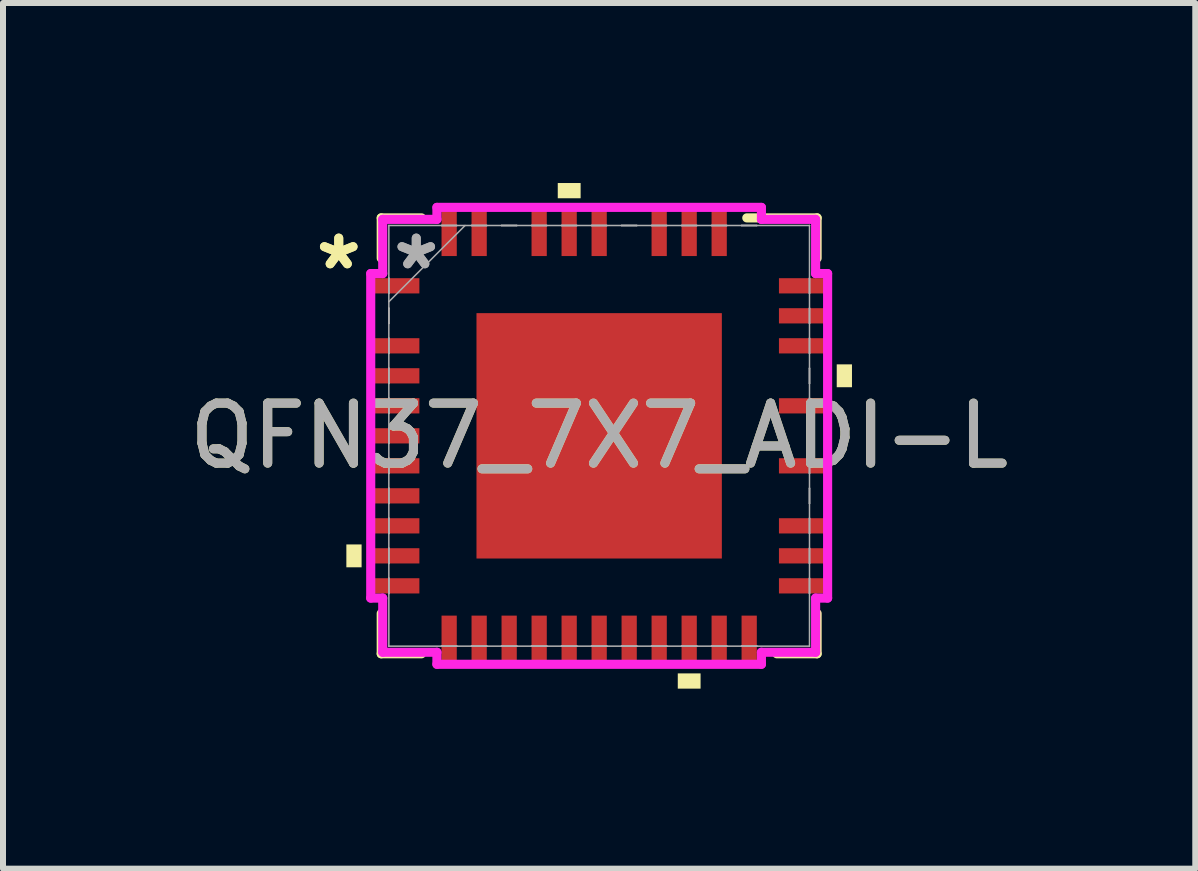
<source format=kicad_pcb>
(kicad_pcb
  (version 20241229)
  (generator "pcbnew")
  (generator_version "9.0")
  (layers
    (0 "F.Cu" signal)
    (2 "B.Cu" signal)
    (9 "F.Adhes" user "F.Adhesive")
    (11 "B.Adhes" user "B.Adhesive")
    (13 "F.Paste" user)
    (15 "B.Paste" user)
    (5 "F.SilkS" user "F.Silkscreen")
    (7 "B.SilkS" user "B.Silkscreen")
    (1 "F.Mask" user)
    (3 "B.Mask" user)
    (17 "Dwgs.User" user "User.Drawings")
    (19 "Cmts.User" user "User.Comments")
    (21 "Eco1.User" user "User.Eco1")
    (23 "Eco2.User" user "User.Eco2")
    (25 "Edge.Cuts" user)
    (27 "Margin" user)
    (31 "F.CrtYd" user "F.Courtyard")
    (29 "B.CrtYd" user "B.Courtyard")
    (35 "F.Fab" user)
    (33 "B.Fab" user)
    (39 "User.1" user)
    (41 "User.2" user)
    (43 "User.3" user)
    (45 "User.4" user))
  (footprint "QFN37_7X7_ADI-L"
    (layer "F.Cu")
    (at 6.935 4.213)
    (property "Reference" "QFN37_7X7_ADI-L" (at 0 0 0) (unlocked yes) (layer "F.SilkS") (effects (font (size 1 1) (thickness 0.15))))
    (attr smd)
    (fp_line (start -3.632 -3.632) (end -3.632 -2.96) (stroke (width 0.152) (type solid)) (layer "F.SilkS"))
    (fp_line (start -3.632 2.96) (end -3.632 3.632) (stroke (width 0.152) (type solid)) (layer "F.SilkS"))
    (fp_line (start -3.632 3.632) (end -2.96 3.632) (stroke (width 0.152) (type solid)) (layer "F.SilkS"))
    (fp_line (start -2.96 -3.632) (end -3.632 -3.632) (stroke (width 0.152) (type solid)) (layer "F.SilkS"))
    (fp_line (start 2.96 3.632) (end 3.632 3.632) (stroke (width 0.152) (type solid)) (layer "F.SilkS"))
    (fp_line (start 3.632 -3.632) (end 2.46 -3.632) (stroke (width 0.152) (type solid)) (layer "F.SilkS"))
    (fp_line (start 3.632 -2.96) (end 3.632 -3.632) (stroke (width 0.152) (type solid)) (layer "F.SilkS"))
    (fp_line (start 3.632 3.632) (end 3.632 2.96) (stroke (width 0.152) (type solid)) (layer "F.SilkS"))
    (fp_poly (pts (xy -4.213 1.81) (xy -4.213 2.191) (xy -3.959 2.191) (xy -3.959 1.81)) (stroke (width 0) (type solid)) (fill yes) (layer "F.SilkS"))
    (fp_poly (pts (xy -0.69 -3.959) (xy -0.69 -4.213) (xy -0.309 -4.213) (xy -0.309 -3.959)) (stroke (width 0) (type solid)) (fill yes) (layer "F.SilkS"))
    (fp_poly (pts (xy 1.31 3.959) (xy 1.31 4.213) (xy 1.69 4.213) (xy 1.69 3.959)) (stroke (width 0) (type solid)) (fill yes) (layer "F.SilkS"))
    (fp_poly (pts (xy 4.213 -1.191) (xy 4.213 -0.81) (xy 3.959 -0.81) (xy 3.959 -1.191)) (stroke (width 0) (type solid)) (fill yes) (layer "F.SilkS"))
    (fp_poly (pts (xy -1.945 -1.945) (xy -1.945 -0.782) (xy -0.782 -0.782) (xy -0.782 -1.945)) (stroke (width 0) (type solid)) (fill yes) (layer "F.Paste"))
    (fp_poly (pts (xy -1.945 -0.582) (xy -1.945 0.582) (xy -0.782 0.582) (xy -0.782 -0.582)) (stroke (width 0) (type solid)) (fill yes) (layer "F.Paste"))
    (fp_poly (pts (xy -1.945 0.782) (xy -1.945 1.945) (xy -0.782 1.945) (xy -0.782 0.782)) (stroke (width 0) (type solid)) (fill yes) (layer "F.Paste"))
    (fp_poly (pts (xy -0.582 -1.945) (xy -0.582 -0.782) (xy 0.582 -0.782) (xy 0.582 -1.945)) (stroke (width 0) (type solid)) (fill yes) (layer "F.Paste"))
    (fp_poly (pts (xy -0.582 -0.582) (xy -0.582 0.582) (xy 0.582 0.582) (xy 0.582 -0.582)) (stroke (width 0) (type solid)) (fill yes) (layer "F.Paste"))
    (fp_poly (pts (xy -0.582 0.782) (xy -0.582 1.945) (xy 0.582 1.945) (xy 0.582 0.782)) (stroke (width 0) (type solid)) (fill yes) (layer "F.Paste"))
    (fp_poly (pts (xy 0.782 -1.945) (xy 0.782 -0.782) (xy 1.945 -0.782) (xy 1.945 -1.945)) (stroke (width 0) (type solid)) (fill yes) (layer "F.Paste"))
    (fp_poly (pts (xy 0.782 -0.582) (xy 0.782 0.582) (xy 1.945 0.582) (xy 1.945 -0.582)) (stroke (width 0) (type solid)) (fill yes) (layer "F.Paste"))
    (fp_poly (pts (xy 0.782 0.782) (xy 0.782 1.945) (xy 1.945 1.945) (xy 1.945 0.782)) (stroke (width 0) (type solid)) (fill yes) (layer "F.Paste"))
    (fp_line (start -3.807 -2.704) (end -3.607 -2.704) (stroke (width 0.152) (type solid)) (layer "F.CrtYd"))
    (fp_line (start -3.807 2.704) (end -3.807 -2.704) (stroke (width 0.152) (type solid)) (layer "F.CrtYd"))
    (fp_line (start -3.607 -3.607) (end -2.704 -3.607) (stroke (width 0.152) (type solid)) (layer "F.CrtYd"))
    (fp_line (start -3.607 -2.704) (end -3.607 -3.607) (stroke (width 0.152) (type solid)) (layer "F.CrtYd"))
    (fp_line (start -3.607 2.704) (end -3.807 2.704) (stroke (width 0.152) (type solid)) (layer "F.CrtYd"))
    (fp_line (start -3.607 3.607) (end -3.607 2.704) (stroke (width 0.152) (type solid)) (layer "F.CrtYd"))
    (fp_line (start -2.704 -3.807) (end 2.704 -3.807) (stroke (width 0.152) (type solid)) (layer "F.CrtYd"))
    (fp_line (start -2.704 -3.607) (end -2.704 -3.807) (stroke (width 0.152) (type solid)) (layer "F.CrtYd"))
    (fp_line (start -2.704 3.607) (end -3.607 3.607) (stroke (width 0.152) (type solid)) (layer "F.CrtYd"))
    (fp_line (start -2.704 3.807) (end -2.704 3.607) (stroke (width 0.152) (type solid)) (layer "F.CrtYd"))
    (fp_line (start 2.704 -3.807) (end 2.704 -3.607) (stroke (width 0.152) (type solid)) (layer "F.CrtYd"))
    (fp_line (start 2.704 -3.607) (end 3.607 -3.607) (stroke (width 0.152) (type solid)) (layer "F.CrtYd"))
    (fp_line (start 2.704 3.607) (end 2.704 3.807) (stroke (width 0.152) (type solid)) (layer "F.CrtYd"))
    (fp_line (start 2.704 3.807) (end -2.704 3.807) (stroke (width 0.152) (type solid)) (layer "F.CrtYd"))
    (fp_line (start 3.607 -3.607) (end 3.607 -2.704) (stroke (width 0.152) (type solid)) (layer "F.CrtYd"))
    (fp_line (start 3.607 -2.704) (end 3.807 -2.704) (stroke (width 0.152) (type solid)) (layer "F.CrtYd"))
    (fp_line (start 3.607 2.704) (end 3.607 3.607) (stroke (width 0.152) (type solid)) (layer "F.CrtYd"))
    (fp_line (start 3.607 3.607) (end 2.704 3.607) (stroke (width 0.152) (type solid)) (layer "F.CrtYd"))
    (fp_line (start 3.807 -2.704) (end 3.807 2.704) (stroke (width 0.152) (type solid)) (layer "F.CrtYd"))
    (fp_line (start 3.807 2.704) (end 3.607 2.704) (stroke (width 0.152) (type solid)) (layer "F.CrtYd"))
    (fp_line (start -3.505 -3.505) (end -3.505 -3.505) (stroke (width 0.025) (type solid)) (layer "F.Fab"))
    (fp_line (start -3.505 -3.505) (end -3.505 3.505) (stroke (width 0.025) (type solid)) (layer "F.Fab"))
    (fp_line (start -3.505 -2.627) (end -3.505 -2.627) (stroke (width 0.025) (type solid)) (layer "F.Fab"))
    (fp_line (start -3.505 -2.627) (end -3.505 -2.373) (stroke (width 0.025) (type solid)) (layer "F.Fab"))
    (fp_line (start -3.505 -2.373) (end -3.505 -2.627) (stroke (width 0.025) (type solid)) (layer "F.Fab"))
    (fp_line (start -3.505 -2.373) (end -3.505 -2.373) (stroke (width 0.025) (type solid)) (layer "F.Fab"))
    (fp_line (start -3.505 -2.235) (end -2.235 -3.505) (stroke (width 0.025) (type solid)) (layer "F.Fab"))
    (fp_line (start -3.505 -2.127) (end -3.505 -2.127) (stroke (width 0.025) (type solid)) (layer "F.Fab"))
    (fp_line (start -3.505 -2.127) (end -3.505 -1.873) (stroke (width 0.025) (type solid)) (layer "F.Fab"))
    (fp_line (start -3.505 -1.873) (end -3.505 -2.127) (stroke (width 0.025) (type solid)) (layer "F.Fab"))
    (fp_line (start -3.505 -1.873) (end -3.505 -1.873) (stroke (width 0.025) (type solid)) (layer "F.Fab"))
    (fp_line (start -3.505 -1.627) (end -3.505 -1.627) (stroke (width 0.025) (type solid)) (layer "F.Fab"))
    (fp_line (start -3.505 -1.627) (end -3.505 -1.373) (stroke (width 0.025) (type solid)) (layer "F.Fab"))
    (fp_line (start -3.505 -1.373) (end -3.505 -1.627) (stroke (width 0.025) (type solid)) (layer "F.Fab"))
    (fp_line (start -3.505 -1.373) (end -3.505 -1.373) (stroke (width 0.025) (type solid)) (layer "F.Fab"))
    (fp_line (start -3.505 -1.127) (end -3.505 -1.127) (stroke (width 0.025) (type solid)) (layer "F.Fab"))
    (fp_line (start -3.505 -1.127) (end -3.505 -0.873) (stroke (width 0.025) (type solid)) (layer "F.Fab"))
    (fp_line (start -3.505 -0.873) (end -3.505 -1.127) (stroke (width 0.025) (type solid)) (layer "F.Fab"))
    (fp_line (start -3.505 -0.873) (end -3.505 -0.873) (stroke (width 0.025) (type solid)) (layer "F.Fab"))
    (fp_line (start -3.505 -0.627) (end -3.505 -0.627) (stroke (width 0.025) (type solid)) (layer "F.Fab"))
    (fp_line (start -3.505 -0.627) (end -3.505 -0.373) (stroke (width 0.025) (type solid)) (layer "F.Fab"))
    (fp_line (start -3.505 -0.373) (end -3.505 -0.627) (stroke (width 0.025) (type solid)) (layer "F.Fab"))
    (fp_line (start -3.505 -0.373) (end -3.505 -0.373) (stroke (width 0.025) (type solid)) (layer "F.Fab"))
    (fp_line (start -3.505 -0.127) (end -3.505 -0.127) (stroke (width 0.025) (type solid)) (layer "F.Fab"))
    (fp_line (start -3.505 -0.127) (end -3.505 0.127) (stroke (width 0.025) (type solid)) (layer "F.Fab"))
    (fp_line (start -3.505 0.127) (end -3.505 -0.127) (stroke (width 0.025) (type solid)) (layer "F.Fab"))
    (fp_line (start -3.505 0.127) (end -3.505 0.127) (stroke (width 0.025) (type solid)) (layer "F.Fab"))
    (fp_line (start -3.505 0.373) (end -3.505 0.373) (stroke (width 0.025) (type solid)) (layer "F.Fab"))
    (fp_line (start -3.505 0.373) (end -3.505 0.627) (stroke (width 0.025) (type solid)) (layer "F.Fab"))
    (fp_line (start -3.505 0.627) (end -3.505 0.373) (stroke (width 0.025) (type solid)) (layer "F.Fab"))
    (fp_line (start -3.505 0.627) (end -3.505 0.627) (stroke (width 0.025) (type solid)) (layer "F.Fab"))
    (fp_line (start -3.505 0.873) (end -3.505 0.873) (stroke (width 0.025) (type solid)) (layer "F.Fab"))
    (fp_line (start -3.505 0.873) (end -3.505 1.127) (stroke (width 0.025) (type solid)) (layer "F.Fab"))
    (fp_line (start -3.505 1.127) (end -3.505 0.873) (stroke (width 0.025) (type solid)) (layer "F.Fab"))
    (fp_line (start -3.505 1.127) (end -3.505 1.127) (stroke (width 0.025) (type solid)) (layer "F.Fab"))
    (fp_line (start -3.505 1.373) (end -3.505 1.373) (stroke (width 0.025) (type solid)) (layer "F.Fab"))
    (fp_line (start -3.505 1.373) (end -3.505 1.627) (stroke (width 0.025) (type solid)) (layer "F.Fab"))
    (fp_line (start -3.505 1.627) (end -3.505 1.373) (stroke (width 0.025) (type solid)) (layer "F.Fab"))
    (fp_line (start -3.505 1.627) (end -3.505 1.627) (stroke (width 0.025) (type solid)) (layer "F.Fab"))
    (fp_line (start -3.505 1.873) (end -3.505 1.873) (stroke (width 0.025) (type solid)) (layer "F.Fab"))
    (fp_line (start -3.505 1.873) (end -3.505 2.127) (stroke (width 0.025) (type solid)) (layer "F.Fab"))
    (fp_line (start -3.505 2.127) (end -3.505 1.873) (stroke (width 0.025) (type solid)) (layer "F.Fab"))
    (fp_line (start -3.505 2.127) (end -3.505 2.127) (stroke (width 0.025) (type solid)) (layer "F.Fab"))
    (fp_line (start -3.505 2.373) (end -3.505 2.373) (stroke (width 0.025) (type solid)) (layer "F.Fab"))
    (fp_line (start -3.505 2.373) (end -3.505 2.627) (stroke (width 0.025) (type solid)) (layer "F.Fab"))
    (fp_line (start -3.505 2.627) (end -3.505 2.373) (stroke (width 0.025) (type solid)) (layer "F.Fab"))
    (fp_line (start -3.505 2.627) (end -3.505 2.627) (stroke (width 0.025) (type solid)) (layer "F.Fab"))
    (fp_line (start -3.505 3.505) (end -3.505 3.505) (stroke (width 0.025) (type solid)) (layer "F.Fab"))
    (fp_line (start -3.505 3.505) (end 3.505 3.505) (stroke (width 0.025) (type solid)) (layer "F.Fab"))
    (fp_line (start -2.627 -3.505) (end -2.627 -3.505) (stroke (width 0.025) (type solid)) (layer "F.Fab"))
    (fp_line (start -2.627 -3.505) (end -2.373 -3.505) (stroke (width 0.025) (type solid)) (layer "F.Fab"))
    (fp_line (start -2.627 3.505) (end -2.627 3.505) (stroke (width 0.025) (type solid)) (layer "F.Fab"))
    (fp_line (start -2.627 3.505) (end -2.373 3.505) (stroke (width 0.025) (type solid)) (layer "F.Fab"))
    (fp_line (start -2.373 -3.505) (end -2.627 -3.505) (stroke (width 0.025) (type solid)) (layer "F.Fab"))
    (fp_line (start -2.373 -3.505) (end -2.373 -3.505) (stroke (width 0.025) (type solid)) (layer "F.Fab"))
    (fp_line (start -2.373 3.505) (end -2.627 3.505) (stroke (width 0.025) (type solid)) (layer "F.Fab"))
    (fp_line (start -2.373 3.505) (end -2.373 3.505) (stroke (width 0.025) (type solid)) (layer "F.Fab"))
    (fp_line (start -2.127 -3.505) (end -2.127 -3.505) (stroke (width 0.025) (type solid)) (layer "F.Fab"))
    (fp_line (start -2.127 -3.505) (end -1.873 -3.505) (stroke (width 0.025) (type solid)) (layer "F.Fab"))
    (fp_line (start -2.127 3.505) (end -2.127 3.505) (stroke (width 0.025) (type solid)) (layer "F.Fab"))
    (fp_line (start -2.127 3.505) (end -1.873 3.505) (stroke (width 0.025) (type solid)) (layer "F.Fab"))
    (fp_line (start -1.873 -3.505) (end -2.127 -3.505) (stroke (width 0.025) (type solid)) (layer "F.Fab"))
    (fp_line (start -1.873 -3.505) (end -1.873 -3.505) (stroke (width 0.025) (type solid)) (layer "F.Fab"))
    (fp_line (start -1.873 3.505) (end -2.127 3.505) (stroke (width 0.025) (type solid)) (layer "F.Fab"))
    (fp_line (start -1.873 3.505) (end -1.873 3.505) (stroke (width 0.025) (type solid)) (layer "F.Fab"))
    (fp_line (start -1.627 -3.505) (end -1.627 -3.505) (stroke (width 0.025) (type solid)) (layer "F.Fab"))
    (fp_line (start -1.627 -3.505) (end -1.373 -3.505) (stroke (width 0.025) (type solid)) (layer "F.Fab"))
    (fp_line (start -1.627 3.505) (end -1.627 3.505) (stroke (width 0.025) (type solid)) (layer "F.Fab"))
    (fp_line (start -1.627 3.505) (end -1.373 3.505) (stroke (width 0.025) (type solid)) (layer "F.Fab"))
    (fp_line (start -1.373 -3.505) (end -1.627 -3.505) (stroke (width 0.025) (type solid)) (layer "F.Fab"))
    (fp_line (start -1.373 -3.505) (end -1.373 -3.505) (stroke (width 0.025) (type solid)) (layer "F.Fab"))
    (fp_line (start -1.373 3.505) (end -1.627 3.505) (stroke (width 0.025) (type solid)) (layer "F.Fab"))
    (fp_line (start -1.373 3.505) (end -1.373 3.505) (stroke (width 0.025) (type solid)) (layer "F.Fab"))
    (fp_line (start -1.127 -3.505) (end -1.127 -3.505) (stroke (width 0.025) (type solid)) (layer "F.Fab"))
    (fp_line (start -1.127 -3.505) (end -0.873 -3.505) (stroke (width 0.025) (type solid)) (layer "F.Fab"))
    (fp_line (start -1.127 3.505) (end -1.127 3.505) (stroke (width 0.025) (type solid)) (layer "F.Fab"))
    (fp_line (start -1.127 3.505) (end -0.873 3.505) (stroke (width 0.025) (type solid)) (layer "F.Fab"))
    (fp_line (start -0.873 -3.505) (end -1.127 -3.505) (stroke (width 0.025) (type solid)) (layer "F.Fab"))
    (fp_line (start -0.873 -3.505) (end -0.873 -3.505) (stroke (width 0.025) (type solid)) (layer "F.Fab"))
    (fp_line (start -0.873 3.505) (end -1.127 3.505) (stroke (width 0.025) (type solid)) (layer "F.Fab"))
    (fp_line (start -0.873 3.505) (end -0.873 3.505) (stroke (width 0.025) (type solid)) (layer "F.Fab"))
    (fp_line (start -0.627 -3.505) (end -0.627 -3.505) (stroke (width 0.025) (type solid)) (layer "F.Fab"))
    (fp_line (start -0.627 -3.505) (end -0.373 -3.505) (stroke (width 0.025) (type solid)) (layer "F.Fab"))
    (fp_line (start -0.627 3.505) (end -0.627 3.505) (stroke (width 0.025) (type solid)) (layer "F.Fab"))
    (fp_line (start -0.627 3.505) (end -0.373 3.505) (stroke (width 0.025) (type solid)) (layer "F.Fab"))
    (fp_line (start -0.373 -3.505) (end -0.627 -3.505) (stroke (width 0.025) (type solid)) (layer "F.Fab"))
    (fp_line (start -0.373 -3.505) (end -0.373 -3.505) (stroke (width 0.025) (type solid)) (layer "F.Fab"))
    (fp_line (start -0.373 3.505) (end -0.627 3.505) (stroke (width 0.025) (type solid)) (layer "F.Fab"))
    (fp_line (start -0.373 3.505) (end -0.373 3.505) (stroke (width 0.025) (type solid)) (layer "F.Fab"))
    (fp_line (start -0.127 -3.505) (end -0.127 -3.505) (stroke (width 0.025) (type solid)) (layer "F.Fab"))
    (fp_line (start -0.127 -3.505) (end 0.127 -3.505) (stroke (width 0.025) (type solid)) (layer "F.Fab"))
    (fp_line (start -0.127 3.505) (end -0.127 3.505) (stroke (width 0.025) (type solid)) (layer "F.Fab"))
    (fp_line (start -0.127 3.505) (end 0.127 3.505) (stroke (width 0.025) (type solid)) (layer "F.Fab"))
    (fp_line (start 0.127 -3.505) (end -0.127 -3.505) (stroke (width 0.025) (type solid)) (layer "F.Fab"))
    (fp_line (start 0.127 -3.505) (end 0.127 -3.505) (stroke (width 0.025) (type solid)) (layer "F.Fab"))
    (fp_line (start 0.127 3.505) (end -0.127 3.505) (stroke (width 0.025) (type solid)) (layer "F.Fab"))
    (fp_line (start 0.127 3.505) (end 0.127 3.505) (stroke (width 0.025) (type solid)) (layer "F.Fab"))
    (fp_line (start 0.373 -3.505) (end 0.373 -3.505) (stroke (width 0.025) (type solid)) (layer "F.Fab"))
    (fp_line (start 0.373 -3.505) (end 0.627 -3.505) (stroke (width 0.025) (type solid)) (layer "F.Fab"))
    (fp_line (start 0.373 3.505) (end 0.373 3.505) (stroke (width 0.025) (type solid)) (layer "F.Fab"))
    (fp_line (start 0.373 3.505) (end 0.627 3.505) (stroke (width 0.025) (type solid)) (layer "F.Fab"))
    (fp_line (start 0.627 -3.505) (end 0.373 -3.505) (stroke (width 0.025) (type solid)) (layer "F.Fab"))
    (fp_line (start 0.627 -3.505) (end 0.627 -3.505) (stroke (width 0.025) (type solid)) (layer "F.Fab"))
    (fp_line (start 0.627 3.505) (end 0.373 3.505) (stroke (width 0.025) (type solid)) (layer "F.Fab"))
    (fp_line (start 0.627 3.505) (end 0.627 3.505) (stroke (width 0.025) (type solid)) (layer "F.Fab"))
    (fp_line (start 0.873 -3.505) (end 0.873 -3.505) (stroke (width 0.025) (type solid)) (layer "F.Fab"))
    (fp_line (start 0.873 -3.505) (end 1.127 -3.505) (stroke (width 0.025) (type solid)) (layer "F.Fab"))
    (fp_line (start 0.873 3.505) (end 0.873 3.505) (stroke (width 0.025) (type solid)) (layer "F.Fab"))
    (fp_line (start 0.873 3.505) (end 1.127 3.505) (stroke (width 0.025) (type solid)) (layer "F.Fab"))
    (fp_line (start 1.127 -3.505) (end 0.873 -3.505) (stroke (width 0.025) (type solid)) (layer "F.Fab"))
    (fp_line (start 1.127 -3.505) (end 1.127 -3.505) (stroke (width 0.025) (type solid)) (layer "F.Fab"))
    (fp_line (start 1.127 3.505) (end 0.873 3.505) (stroke (width 0.025) (type solid)) (layer "F.Fab"))
    (fp_line (start 1.127 3.505) (end 1.127 3.505) (stroke (width 0.025) (type solid)) (layer "F.Fab"))
    (fp_line (start 1.373 -3.505) (end 1.373 -3.505) (stroke (width 0.025) (type solid)) (layer "F.Fab"))
    (fp_line (start 1.373 -3.505) (end 1.627 -3.505) (stroke (width 0.025) (type solid)) (layer "F.Fab"))
    (fp_line (start 1.373 3.505) (end 1.373 3.505) (stroke (width 0.025) (type solid)) (layer "F.Fab"))
    (fp_line (start 1.373 3.505) (end 1.627 3.505) (stroke (width 0.025) (type solid)) (layer "F.Fab"))
    (fp_line (start 1.627 -3.505) (end 1.373 -3.505) (stroke (width 0.025) (type solid)) (layer "F.Fab"))
    (fp_line (start 1.627 -3.505) (end 1.627 -3.505) (stroke (width 0.025) (type solid)) (layer "F.Fab"))
    (fp_line (start 1.627 3.505) (end 1.373 3.505) (stroke (width 0.025) (type solid)) (layer "F.Fab"))
    (fp_line (start 1.627 3.505) (end 1.627 3.505) (stroke (width 0.025) (type solid)) (layer "F.Fab"))
    (fp_line (start 1.873 -3.505) (end 1.873 -3.505) (stroke (width 0.025) (type solid)) (layer "F.Fab"))
    (fp_line (start 1.873 -3.505) (end 2.127 -3.505) (stroke (width 0.025) (type solid)) (layer "F.Fab"))
    (fp_line (start 1.873 3.505) (end 1.873 3.505) (stroke (width 0.025) (type solid)) (layer "F.Fab"))
    (fp_line (start 1.873 3.505) (end 2.127 3.505) (stroke (width 0.025) (type solid)) (layer "F.Fab"))
    (fp_line (start 2.127 -3.505) (end 1.873 -3.505) (stroke (width 0.025) (type solid)) (layer "F.Fab"))
    (fp_line (start 2.127 -3.505) (end 2.127 -3.505) (stroke (width 0.025) (type solid)) (layer "F.Fab"))
    (fp_line (start 2.127 3.505) (end 1.873 3.505) (stroke (width 0.025) (type solid)) (layer "F.Fab"))
    (fp_line (start 2.127 3.505) (end 2.127 3.505) (stroke (width 0.025) (type solid)) (layer "F.Fab"))
    (fp_line (start 2.373 -3.505) (end 2.373 -3.505) (stroke (width 0.025) (type solid)) (layer "F.Fab"))
    (fp_line (start 2.373 -3.505) (end 2.627 -3.505) (stroke (width 0.025) (type solid)) (layer "F.Fab"))
    (fp_line (start 2.373 3.505) (end 2.373 3.505) (stroke (width 0.025) (type solid)) (layer "F.Fab"))
    (fp_line (start 2.373 3.505) (end 2.627 3.505) (stroke (width 0.025) (type solid)) (layer "F.Fab"))
    (fp_line (start 2.627 -3.505) (end 2.373 -3.505) (stroke (width 0.025) (type solid)) (layer "F.Fab"))
    (fp_line (start 2.627 -3.505) (end 2.627 -3.505) (stroke (width 0.025) (type solid)) (layer "F.Fab"))
    (fp_line (start 2.627 3.505) (end 2.373 3.505) (stroke (width 0.025) (type solid)) (layer "F.Fab"))
    (fp_line (start 2.627 3.505) (end 2.627 3.505) (stroke (width 0.025) (type solid)) (layer "F.Fab"))
    (fp_line (start 3.505 -3.505) (end -3.505 -3.505) (stroke (width 0.025) (type solid)) (layer "F.Fab"))
    (fp_line (start 3.505 -3.505) (end 3.505 -3.505) (stroke (width 0.025) (type solid)) (layer "F.Fab"))
    (fp_line (start 3.505 -2.627) (end 3.505 -2.627) (stroke (width 0.025) (type solid)) (layer "F.Fab"))
    (fp_line (start 3.505 -2.627) (end 3.505 -2.373) (stroke (width 0.025) (type solid)) (layer "F.Fab"))
    (fp_line (start 3.505 -2.373) (end 3.505 -2.627) (stroke (width 0.025) (type solid)) (layer "F.Fab"))
    (fp_line (start 3.505 -2.373) (end 3.505 -2.373) (stroke (width 0.025) (type solid)) (layer "F.Fab"))
    (fp_line (start 3.505 -2.127) (end 3.505 -2.127) (stroke (width 0.025) (type solid)) (layer "F.Fab"))
    (fp_line (start 3.505 -2.127) (end 3.505 -1.873) (stroke (width 0.025) (type solid)) (layer "F.Fab"))
    (fp_line (start 3.505 -1.873) (end 3.505 -2.127) (stroke (width 0.025) (type solid)) (layer "F.Fab"))
    (fp_line (start 3.505 -1.873) (end 3.505 -1.873) (stroke (width 0.025) (type solid)) (layer "F.Fab"))
    (fp_line (start 3.505 -1.627) (end 3.505 -1.627) (stroke (width 0.025) (type solid)) (layer "F.Fab"))
    (fp_line (start 3.505 -1.627) (end 3.505 -1.373) (stroke (width 0.025) (type solid)) (layer "F.Fab"))
    (fp_line (start 3.505 -1.373) (end 3.505 -1.627) (stroke (width 0.025) (type solid)) (layer "F.Fab"))
    (fp_line (start 3.505 -1.373) (end 3.505 -1.373) (stroke (width 0.025) (type solid)) (layer "F.Fab"))
    (fp_line (start 3.505 -1.127) (end 3.505 -1.127) (stroke (width 0.025) (type solid)) (layer "F.Fab"))
    (fp_line (start 3.505 -1.127) (end 3.505 -0.873) (stroke (width 0.025) (type solid)) (layer "F.Fab"))
    (fp_line (start 3.505 -0.873) (end 3.505 -1.127) (stroke (width 0.025) (type solid)) (layer "F.Fab"))
    (fp_line (start 3.505 -0.873) (end 3.505 -0.873) (stroke (width 0.025) (type solid)) (layer "F.Fab"))
    (fp_line (start 3.505 -0.627) (end 3.505 -0.627) (stroke (width 0.025) (type solid)) (layer "F.Fab"))
    (fp_line (start 3.505 -0.627) (end 3.505 -0.373) (stroke (width 0.025) (type solid)) (layer "F.Fab"))
    (fp_line (start 3.505 -0.373) (end 3.505 -0.627) (stroke (width 0.025) (type solid)) (layer "F.Fab"))
    (fp_line (start 3.505 -0.373) (end 3.505 -0.373) (stroke (width 0.025) (type solid)) (layer "F.Fab"))
    (fp_line (start 3.505 -0.127) (end 3.505 -0.127) (stroke (width 0.025) (type solid)) (layer "F.Fab"))
    (fp_line (start 3.505 -0.127) (end 3.505 0.127) (stroke (width 0.025) (type solid)) (layer "F.Fab"))
    (fp_line (start 3.505 0.127) (end 3.505 -0.127) (stroke (width 0.025) (type solid)) (layer "F.Fab"))
    (fp_line (start 3.505 0.127) (end 3.505 0.127) (stroke (width 0.025) (type solid)) (layer "F.Fab"))
    (fp_line (start 3.505 0.373) (end 3.505 0.373) (stroke (width 0.025) (type solid)) (layer "F.Fab"))
    (fp_line (start 3.505 0.373) (end 3.505 0.627) (stroke (width 0.025) (type solid)) (layer "F.Fab"))
    (fp_line (start 3.505 0.627) (end 3.505 0.373) (stroke (width 0.025) (type solid)) (layer "F.Fab"))
    (fp_line (start 3.505 0.627) (end 3.505 0.627) (stroke (width 0.025) (type solid)) (layer "F.Fab"))
    (fp_line (start 3.505 0.873) (end 3.505 0.873) (stroke (width 0.025) (type solid)) (layer "F.Fab"))
    (fp_line (start 3.505 0.873) (end 3.505 1.127) (stroke (width 0.025) (type solid)) (layer "F.Fab"))
    (fp_line (start 3.505 1.127) (end 3.505 0.873) (stroke (width 0.025) (type solid)) (layer "F.Fab"))
    (fp_line (start 3.505 1.127) (end 3.505 1.127) (stroke (width 0.025) (type solid)) (layer "F.Fab"))
    (fp_line (start 3.505 1.373) (end 3.505 1.373) (stroke (width 0.025) (type solid)) (layer "F.Fab"))
    (fp_line (start 3.505 1.373) (end 3.505 1.627) (stroke (width 0.025) (type solid)) (layer "F.Fab"))
    (fp_line (start 3.505 1.627) (end 3.505 1.373) (stroke (width 0.025) (type solid)) (layer "F.Fab"))
    (fp_line (start 3.505 1.627) (end 3.505 1.627) (stroke (width 0.025) (type solid)) (layer "F.Fab"))
    (fp_line (start 3.505 1.873) (end 3.505 1.873) (stroke (width 0.025) (type solid)) (layer "F.Fab"))
    (fp_line (start 3.505 1.873) (end 3.505 2.127) (stroke (width 0.025) (type solid)) (layer "F.Fab"))
    (fp_line (start 3.505 2.127) (end 3.505 1.873) (stroke (width 0.025) (type solid)) (layer "F.Fab"))
    (fp_line (start 3.505 2.127) (end 3.505 2.127) (stroke (width 0.025) (type solid)) (layer "F.Fab"))
    (fp_line (start 3.505 2.373) (end 3.505 2.373) (stroke (width 0.025) (type solid)) (layer "F.Fab"))
    (fp_line (start 3.505 2.373) (end 3.505 2.627) (stroke (width 0.025) (type solid)) (layer "F.Fab"))
    (fp_line (start 3.505 2.627) (end 3.505 2.373) (stroke (width 0.025) (type solid)) (layer "F.Fab"))
    (fp_line (start 3.505 2.627) (end 3.505 2.627) (stroke (width 0.025) (type solid)) (layer "F.Fab"))
    (fp_line (start 3.505 3.505) (end 3.505 -3.505) (stroke (width 0.025) (type solid)) (layer "F.Fab"))
    (fp_line (start 3.505 3.505) (end 3.505 3.505) (stroke (width 0.025) (type solid)) (layer "F.Fab"))
    (fp_text user "*" (at -4.34 -2.75 0) (layer "F.SilkS") (effects (font (size 1 1) (thickness 0.15))))
    (fp_text user "*" (at -4.34 -2.75 0) (unlocked yes) (layer "F.SilkS") (effects (font (size 1 1) (thickness 0.15))))
    (fp_text user "${REFERENCE}" (at 0 0 0) (unlocked yes) (layer "F.Fab") (effects (font (size 1 1) (thickness 0.15))))
    (fp_text user "*" (at -3.048 -2.75 0) (layer "F.Fab") (effects (font (size 1 1) (thickness 0.15))))
    (fp_text user "*" (at -3.048 -2.75 0) (unlocked yes) (layer "F.Fab") (effects (font (size 1 1) (thickness 0.15))))
    (pad "1" smd rect (at -3.377 -2.5 90) (size 0.254 0.762) (layers "F.Cu" "F.Mask" "F.Paste"))
    (pad "2" smd rect (at -3.377 -1.5 90) (size 0.254 0.762) (layers "F.Cu" "F.Mask" "F.Paste"))
    (pad "3" smd rect (at -3.377 -1 90) (size 0.254 0.762) (layers "F.Cu" "F.Mask" "F.Paste"))
    (pad "4" smd rect (at -3.377 -0.5 90) (size 0.254 0.762) (layers "F.Cu" "F.Mask" "F.Paste"))
    (pad "5" smd rect (at -3.377 0 90) (size 0.254 0.762) (layers "F.Cu" "F.Mask" "F.Paste"))
    (pad "6" smd rect (at -3.377 0.5 90) (size 0.254 0.762) (layers "F.Cu" "F.Mask" "F.Paste"))
    (pad "7" smd rect (at -3.377 1 90) (size 0.254 0.762) (layers "F.Cu" "F.Mask" "F.Paste"))
    (pad "8" smd rect (at -3.377 1.5 90) (size 0.254 0.762) (layers "F.Cu" "F.Mask" "F.Paste"))
    (pad "9" smd rect (at -3.377 2 90) (size 0.254 0.762) (layers "F.Cu" "F.Mask" "F.Paste"))
    (pad "10" smd rect (at -3.377 2.5 90) (size 0.254 0.762) (layers "F.Cu" "F.Mask" "F.Paste"))
    (pad "11" smd rect (at -2.5 3.377) (size 0.254 0.762) (layers "F.Cu" "F.Mask" "F.Paste"))
    (pad "12" smd rect (at -2 3.377) (size 0.254 0.762) (layers "F.Cu" "F.Mask" "F.Paste"))
    (pad "13" smd rect (at -1.5 3.377) (size 0.254 0.762) (layers "F.Cu" "F.Mask" "F.Paste"))
    (pad "14" smd rect (at -1 3.377) (size 0.254 0.762) (layers "F.Cu" "F.Mask" "F.Paste"))
    (pad "15" smd rect (at -0.5 3.377) (size 0.254 0.762) (layers "F.Cu" "F.Mask" "F.Paste"))
    (pad "16" smd rect (at 0 3.377) (size 0.254 0.762) (layers "F.Cu" "F.Mask" "F.Paste"))
    (pad "17" smd rect (at 0.5 3.377) (size 0.254 0.762) (layers "F.Cu" "F.Mask" "F.Paste"))
    (pad "18" smd rect (at 1 3.377) (size 0.254 0.762) (layers "F.Cu" "F.Mask" "F.Paste"))
    (pad "19" smd rect (at 1.5 3.377) (size 0.254 0.762) (layers "F.Cu" "F.Mask" "F.Paste"))
    (pad "20" smd rect (at 2 3.377) (size 0.254 0.762) (layers "F.Cu" "F.Mask" "F.Paste"))
    (pad "21" smd rect (at 2.5 3.377) (size 0.254 0.762) (layers "F.Cu" "F.Mask" "F.Paste"))
    (pad "22" smd rect (at 3.377 2.5 90) (size 0.254 0.762) (layers "F.Cu" "F.Mask" "F.Paste"))
    (pad "23" smd rect (at 3.377 2 90) (size 0.254 0.762) (layers "F.Cu" "F.Mask" "F.Paste"))
    (pad "24" smd rect (at 3.377 1.5 90) (size 0.254 0.762) (layers "F.Cu" "F.Mask" "F.Paste"))
    (pad "25" smd rect (at 3.377 0.5 90) (size 0.254 0.762) (layers "F.Cu" "F.Mask" "F.Paste"))
    (pad "26" smd rect (at 3.377 -0.5 90) (size 0.254 0.762) (layers "F.Cu" "F.Mask" "F.Paste"))
    (pad "27" smd rect (at 3.377 -1.5 90) (size 0.254 0.762) (layers "F.Cu" "F.Mask" "F.Paste"))
    (pad "28" smd rect (at 3.377 -2 90) (size 0.254 0.762) (layers "F.Cu" "F.Mask" "F.Paste"))
    (pad "29" smd rect (at 3.377 -2.5 90) (size 0.254 0.762) (layers "F.Cu" "F.Mask" "F.Paste"))
    (pad "30" smd rect (at 2 -3.377) (size 0.254 0.762) (layers "F.Cu" "F.Mask" "F.Paste"))
    (pad "31" smd rect (at 1.5 -3.377) (size 0.254 0.762) (layers "F.Cu" "F.Mask" "F.Paste"))
    (pad "32" smd rect (at 1 -3.377) (size 0.254 0.762) (layers "F.Cu" "F.Mask" "F.Paste"))
    (pad "33" smd rect (at 0 -3.377) (size 0.254 0.762) (layers "F.Cu" "F.Mask" "F.Paste"))
    (pad "34" smd rect (at -0.5 -3.377) (size 0.254 0.762) (layers "F.Cu" "F.Mask" "F.Paste"))
    (pad "35" smd rect (at -1 -3.377) (size 0.254 0.762) (layers "F.Cu" "F.Mask" "F.Paste"))
    (pad "36" smd rect (at -2 -3.377) (size 0.254 0.762) (layers "F.Cu" "F.Mask" "F.Paste"))
    (pad "37" smd rect (at -2.5 -3.377) (size 0.254 0.762) (layers "F.Cu" "F.Mask" "F.Paste"))
    (pad "38" smd rect (at 0 0) (size 4.089 4.089) (layers "F.Cu" "F.Mask" "F.Paste")))
  (gr_rect
    (start -3 -3)
    (end 16.869 11.426)
    (stroke (width 0.1) (type default))
    (fill no)
    (layer "Edge.Cuts")))
</source>
